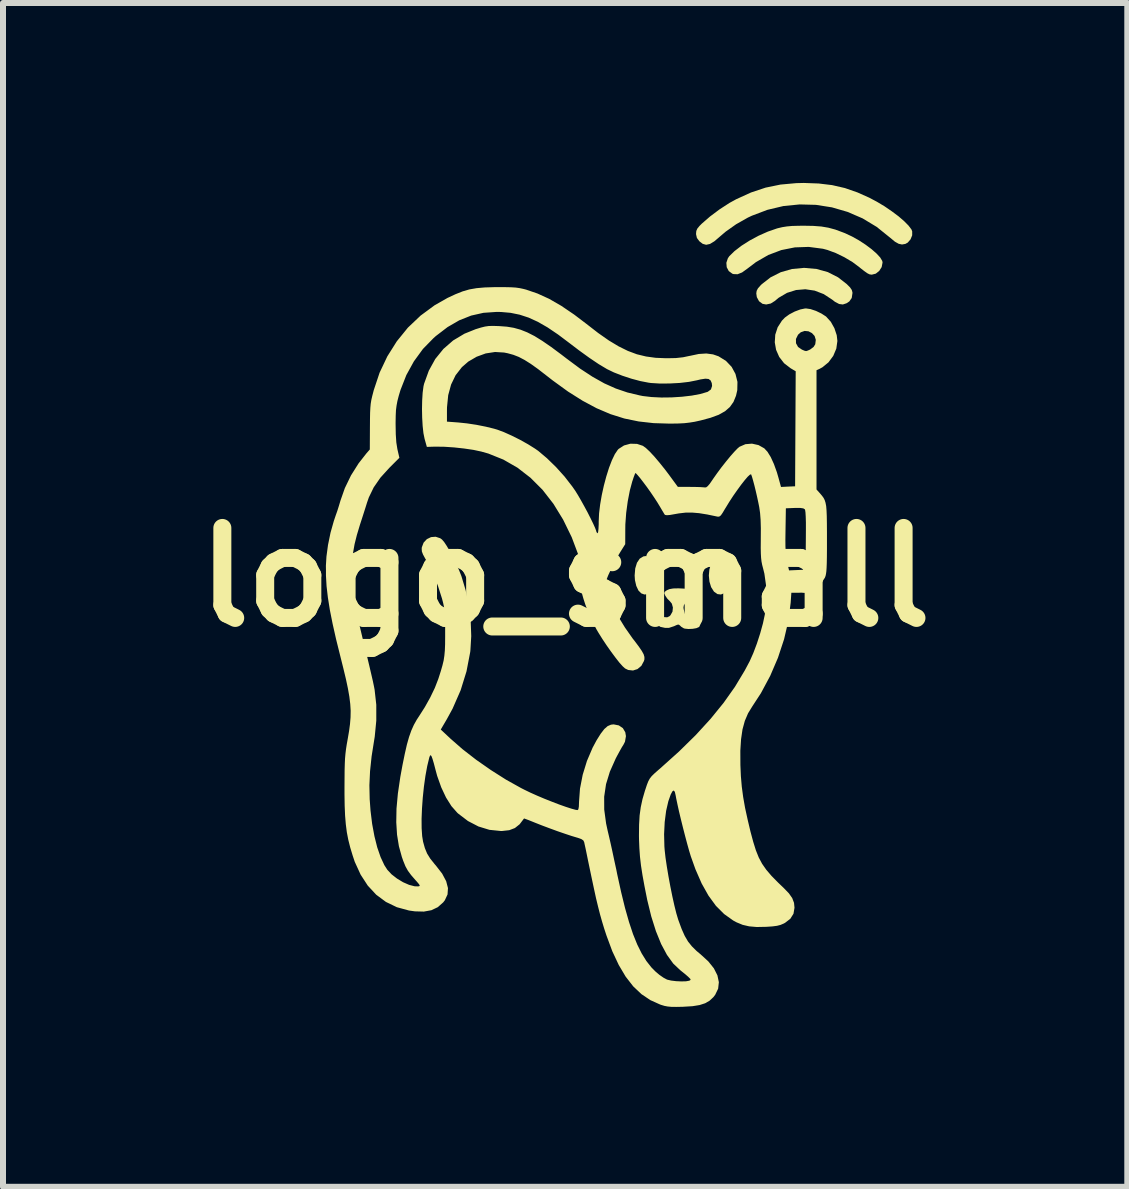
<source format=kicad_pcb>
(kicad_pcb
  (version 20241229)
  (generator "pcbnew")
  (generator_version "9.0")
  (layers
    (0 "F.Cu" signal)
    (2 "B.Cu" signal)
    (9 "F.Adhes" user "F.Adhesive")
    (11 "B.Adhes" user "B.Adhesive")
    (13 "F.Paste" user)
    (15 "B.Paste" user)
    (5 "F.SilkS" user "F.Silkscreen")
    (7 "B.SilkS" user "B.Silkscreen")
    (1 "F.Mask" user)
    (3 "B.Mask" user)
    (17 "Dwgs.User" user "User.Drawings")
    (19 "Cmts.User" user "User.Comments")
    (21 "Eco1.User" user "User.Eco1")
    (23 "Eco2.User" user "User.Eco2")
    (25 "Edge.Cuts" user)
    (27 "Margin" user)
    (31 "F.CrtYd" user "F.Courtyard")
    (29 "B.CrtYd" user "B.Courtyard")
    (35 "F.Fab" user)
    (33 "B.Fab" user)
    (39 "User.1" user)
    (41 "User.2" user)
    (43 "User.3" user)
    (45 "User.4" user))
  (footprint "logo_small"
    (layer "F.Cu")
    (at 6.371 6.573)
    (property "Reference" "logo_small" (at 0 0 0) (layer "F.SilkS") (effects (font (size 1.5 1.5) (thickness 0.3))))
    (attr board_only exclude_from_pos_files exclude_from_bom)
    (fp_poly (pts (xy 1.407 -0.334) (xy 1.46 -0.283) (xy 1.499 -0.204) (xy 1.521 -0.1) (xy 1.526 -0.017) (xy 1.514 0.089) (xy 1.485 0.176) (xy 1.44 0.241) (xy 1.385 0.28) (xy 1.322 0.288) (xy 1.27 0.269) (xy 1.222 0.221) (xy 1.186 0.144) (xy 1.164 0.048) (xy 1.159 -0.029) (xy 1.169 -0.147) (xy 1.198 -0.242) (xy 1.244 -0.31) (xy 1.304 -0.347) (xy 1.343 -0.353)) (stroke (width 0) (type solid)) (fill yes) (layer "F.SilkS"))
    (fp_poly (pts (xy 2.651 -0.33) (xy 2.703 -0.276) (xy 2.745 -0.192) (xy 2.764 -0.127) (xy 2.775 -0.026) (xy 2.766 0.067) (xy 2.741 0.15) (xy 2.702 0.218) (xy 2.653 0.265) (xy 2.598 0.288) (xy 2.54 0.281) (xy 2.483 0.241) (xy 2.481 0.239) (xy 2.434 0.165) (xy 2.406 0.073) (xy 2.396 -0.028) (xy 2.405 -0.128) (xy 2.431 -0.22) (xy 2.473 -0.293) (xy 2.524 -0.334) (xy 2.59 -0.35)) (stroke (width 0) (type solid)) (fill yes) (layer "F.SilkS"))
    (fp_poly (pts (xy 4.191 -5.139) (xy 4.379 -5.087) (xy 4.55 -5) (xy 4.695 -4.887) (xy 4.75 -4.832) (xy 4.779 -4.789) (xy 4.79 -4.749) (xy 4.79 -4.735) (xy 4.778 -4.655) (xy 4.738 -4.598) (xy 4.691 -4.567) (xy 4.63 -4.547) (xy 4.568 -4.555) (xy 4.498 -4.592) (xy 4.453 -4.627) (xy 4.311 -4.72) (xy 4.16 -4.778) (xy 4.005 -4.801) (xy 3.85 -4.788) (xy 3.7 -4.741) (xy 3.56 -4.659) (xy 3.495 -4.605) (xy 3.428 -4.563) (xy 3.352 -4.547) (xy 3.291 -4.558) (xy 3.233 -4.601) (xy 3.196 -4.669) (xy 3.187 -4.731) (xy 3.193 -4.774) (xy 3.214 -4.815) (xy 3.257 -4.864) (xy 3.279 -4.886) (xy 3.426 -5) (xy 3.595 -5.085) (xy 3.78 -5.138) (xy 3.979 -5.157) (xy 3.989 -5.157)) (stroke (width 0) (type solid)) (fill yes) (layer "F.SilkS"))
    (fp_poly (pts (xy 4.138 -5.857) (xy 4.271 -5.847) (xy 4.389 -5.827) (xy 4.504 -5.796) (xy 4.628 -5.75) (xy 4.667 -5.735) (xy 4.784 -5.68) (xy 4.9 -5.615) (xy 5.01 -5.543) (xy 5.109 -5.469) (xy 5.191 -5.397) (xy 5.253 -5.33) (xy 5.287 -5.273) (xy 5.292 -5.247) (xy 5.277 -5.17) (xy 5.236 -5.106) (xy 5.179 -5.061) (xy 5.112 -5.044) (xy 5.076 -5.049) (xy 5.041 -5.066) (xy 4.988 -5.103) (xy 4.925 -5.152) (xy 4.906 -5.168) (xy 4.791 -5.254) (xy 4.655 -5.335) (xy 4.511 -5.405) (xy 4.373 -5.456) (xy 4.298 -5.476) (xy 4.061 -5.507) (xy 3.83 -5.499) (xy 3.604 -5.454) (xy 3.387 -5.372) (xy 3.181 -5.253) (xy 3.039 -5.145) (xy 2.95 -5.081) (xy 2.874 -5.051) (xy 2.805 -5.054) (xy 2.788 -5.06) (xy 2.728 -5.104) (xy 2.694 -5.168) (xy 2.688 -5.242) (xy 2.713 -5.317) (xy 2.736 -5.351) (xy 2.824 -5.437) (xy 2.941 -5.527) (xy 3.078 -5.614) (xy 3.227 -5.694) (xy 3.38 -5.762) (xy 3.527 -5.813) (xy 3.544 -5.818) (xy 3.62 -5.836) (xy 3.696 -5.848) (xy 3.782 -5.856) (xy 3.889 -5.859) (xy 3.979 -5.86)) (stroke (width 0) (type solid)) (fill yes) (layer "F.SilkS"))
    (fp_poly (pts (xy 2.004 0.191) (xy 2.079 0.211) (xy 2.118 0.243) (xy 2.121 0.289) (xy 2.087 0.346) (xy 2.045 0.391) (xy 2 0.437) (xy 1.978 0.472) (xy 1.973 0.508) (xy 1.977 0.535) (xy 1.999 0.618) (xy 2.035 0.668) (xy 2.091 0.691) (xy 2.132 0.692) (xy 2.189 0.694) (xy 2.23 0.7) (xy 2.238 0.703) (xy 2.257 0.735) (xy 2.257 0.78) (xy 2.239 0.822) (xy 2.23 0.831) (xy 2.189 0.849) (xy 2.126 0.86) (xy 2.056 0.863) (xy 1.997 0.857) (xy 1.979 0.852) (xy 1.935 0.825) (xy 1.916 0.806) (xy 1.896 0.79) (xy 1.87 0.792) (xy 1.825 0.812) (xy 1.82 0.815) (xy 1.731 0.844) (xy 1.666 0.844) (xy 1.587 0.827) (xy 1.541 0.794) (xy 1.526 0.744) (xy 1.526 0.744) (xy 1.541 0.691) (xy 1.583 0.664) (xy 1.65 0.665) (xy 1.703 0.668) (xy 1.741 0.649) (xy 1.756 0.634) (xy 1.79 0.574) (xy 1.797 0.505) (xy 1.779 0.44) (xy 1.748 0.402) (xy 1.702 0.355) (xy 1.67 0.308) (xy 1.653 0.268) (xy 1.659 0.244) (xy 1.694 0.218) (xy 1.739 0.198) (xy 1.802 0.187) (xy 1.892 0.185)) (stroke (width 0) (type solid)) (fill yes) (layer "F.SilkS"))
    (fp_poly (pts (xy 4.227 -6.564) (xy 4.451 -6.537) (xy 4.664 -6.488) (xy 4.874 -6.415) (xy 5.071 -6.327) (xy 5.199 -6.259) (xy 5.326 -6.183) (xy 5.447 -6.1) (xy 5.558 -6.017) (xy 5.652 -5.936) (xy 5.725 -5.862) (xy 5.773 -5.799) (xy 5.786 -5.767) (xy 5.786 -5.7) (xy 5.758 -5.632) (xy 5.712 -5.579) (xy 5.673 -5.557) (xy 5.616 -5.547) (xy 5.56 -5.559) (xy 5.498 -5.594) (xy 5.421 -5.658) (xy 5.411 -5.666) (xy 5.195 -5.84) (xy 4.96 -5.982) (xy 4.71 -6.09) (xy 4.449 -6.166) (xy 4.181 -6.208) (xy 3.91 -6.215) (xy 3.639 -6.188) (xy 3.373 -6.125) (xy 3.114 -6.027) (xy 3.046 -5.995) (xy 2.85 -5.884) (xy 2.675 -5.76) (xy 2.579 -5.678) (xy 2.489 -5.601) (xy 2.415 -5.556) (xy 2.351 -5.542) (xy 2.294 -5.558) (xy 2.239 -5.6) (xy 2.197 -5.656) (xy 2.183 -5.717) (xy 2.183 -5.729) (xy 2.187 -5.773) (xy 2.204 -5.812) (xy 2.24 -5.856) (xy 2.279 -5.895) (xy 2.416 -6.014) (xy 2.575 -6.133) (xy 2.74 -6.24) (xy 2.851 -6.301) (xy 3.099 -6.414) (xy 3.342 -6.495) (xy 3.59 -6.546) (xy 3.854 -6.57) (xy 3.979 -6.573)) (stroke (width 0) (type solid)) (fill yes) (layer "F.SilkS"))
    (fp_poly (pts (xy -1.001 -4.836) (xy -0.902 -4.834) (xy -0.824 -4.829) (xy -0.759 -4.82) (xy -0.698 -4.807) (xy -0.651 -4.795) (xy -0.461 -4.73) (xy -0.266 -4.641) (xy -0.063 -4.524) (xy 0.152 -4.378) (xy 0.356 -4.223) (xy 0.552 -4.071) (xy 0.729 -3.947) (xy 0.892 -3.849) (xy 1.046 -3.773) (xy 1.196 -3.717) (xy 1.349 -3.68) (xy 1.509 -3.658) (xy 1.681 -3.651) (xy 1.706 -3.651) (xy 1.847 -3.654) (xy 1.966 -3.667) (xy 2.075 -3.69) (xy 2.078 -3.69) (xy 2.228 -3.722) (xy 2.355 -3.73) (xy 2.466 -3.715) (xy 2.558 -3.683) (xy 2.681 -3.607) (xy 2.776 -3.507) (xy 2.84 -3.389) (xy 2.873 -3.257) (xy 2.87 -3.118) (xy 2.849 -3.026) (xy 2.807 -2.923) (xy 2.747 -2.838) (xy 2.667 -2.768) (xy 2.56 -2.708) (xy 2.424 -2.658) (xy 2.26 -2.614) (xy 2.161 -2.592) (xy 2.074 -2.578) (xy 1.987 -2.568) (xy 1.888 -2.563) (xy 1.764 -2.561) (xy 1.738 -2.561) (xy 1.475 -2.569) (xy 1.226 -2.597) (xy 0.988 -2.646) (xy 0.756 -2.719) (xy 0.526 -2.817) (xy 0.292 -2.942) (xy 0.049 -3.095) (xy -0.206 -3.28) (xy -0.309 -3.36) (xy -0.451 -3.47) (xy -0.571 -3.556) (xy -0.676 -3.622) (xy -0.771 -3.672) (xy -0.863 -3.708) (xy -0.958 -3.734) (xy -1.018 -3.746) (xy -1.168 -3.755) (xy -1.324 -3.731) (xy -1.475 -3.676) (xy -1.614 -3.595) (xy -1.721 -3.502) (xy -1.826 -3.367) (xy -1.901 -3.212) (xy -1.949 -3.035) (xy -1.969 -2.834) (xy -1.97 -2.773) (xy -1.97 -2.594) (xy -1.782 -2.58) (xy -1.637 -2.565) (xy -1.479 -2.541) (xy -1.323 -2.51) (xy -1.184 -2.476) (xy -1.13 -2.46) (xy -1.018 -2.418) (xy -0.887 -2.359) (xy -0.749 -2.29) (xy -0.617 -2.216) (xy -0.502 -2.144) (xy -0.449 -2.107) (xy -0.303 -1.984) (xy -0.152 -1.837) (xy -0.008 -1.677) (xy 0.119 -1.513) (xy 0.168 -1.443) (xy 0.214 -1.369) (xy 0.266 -1.279) (xy 0.321 -1.18) (xy 0.376 -1.078) (xy 0.426 -0.979) (xy 0.469 -0.891) (xy 0.501 -0.819) (xy 0.519 -0.771) (xy 0.521 -0.758) (xy 0.534 -0.736) (xy 0.541 -0.734) (xy 0.55 -0.752) (xy 0.556 -0.804) (xy 0.56 -0.883) (xy 0.56 -0.93) (xy 0.566 -1.064) (xy 0.584 -1.213) (xy 0.611 -1.37) (xy 0.646 -1.528) (xy 0.687 -1.682) (xy 0.732 -1.825) (xy 0.78 -1.95) (xy 0.829 -2.052) (xy 0.877 -2.123) (xy 0.892 -2.139) (xy 0.982 -2.197) (xy 1.088 -2.226) (xy 1.199 -2.223) (xy 1.296 -2.191) (xy 1.345 -2.156) (xy 1.411 -2.094) (xy 1.49 -2.009) (xy 1.577 -1.906) (xy 1.669 -1.791) (xy 1.728 -1.713) (xy 1.879 -1.507) (xy 2.084 -1.506) (xy 2.173 -1.505) (xy 2.25 -1.503) (xy 2.306 -1.499) (xy 2.328 -1.497) (xy 2.35 -1.498) (xy 2.377 -1.518) (xy 2.412 -1.559) (xy 2.46 -1.629) (xy 2.472 -1.647) (xy 2.535 -1.736) (xy 2.606 -1.832) (xy 2.681 -1.927) (xy 2.754 -2.016) (xy 2.82 -2.091) (xy 2.874 -2.147) (xy 2.907 -2.175) (xy 3.006 -2.218) (xy 3.115 -2.227) (xy 3.224 -2.203) (xy 3.32 -2.149) (xy 3.373 -2.092) (xy 3.428 -2.003) (xy 3.481 -1.887) (xy 3.53 -1.751) (xy 3.555 -1.665) (xy 3.599 -1.505) (xy 3.717 -1.511) (xy 3.834 -1.516) (xy 3.839 -2.475) (xy 3.844 -3.434) (xy 3.759 -3.484) (xy 3.65 -3.568) (xy 3.569 -3.673) (xy 3.517 -3.791) (xy 3.495 -3.916) (xy 3.499 -3.972) (xy 3.848 -3.972) (xy 3.849 -3.901) (xy 3.883 -3.839) (xy 3.947 -3.795) (xy 3.991 -3.776) (xy 4.018 -3.77) (xy 4.047 -3.779) (xy 4.086 -3.797) (xy 4.142 -3.839) (xy 4.17 -3.884) (xy 4.179 -3.958) (xy 4.159 -4.022) (xy 4.115 -4.07) (xy 4.057 -4.1) (xy 3.993 -4.106) (xy 3.929 -4.084) (xy 3.883 -4.043) (xy 3.848 -3.972) (xy 3.499 -3.972) (xy 3.503 -4.043) (xy 3.543 -4.166) (xy 3.614 -4.277) (xy 3.664 -4.329) (xy 3.737 -4.382) (xy 3.827 -4.429) (xy 3.92 -4.464) (xy 4.002 -4.481) (xy 4.018 -4.481) (xy 4.092 -4.47) (xy 4.182 -4.44) (xy 4.273 -4.396) (xy 4.349 -4.347) (xy 4.353 -4.343) (xy 4.429 -4.259) (xy 4.489 -4.152) (xy 4.528 -4.035) (xy 4.539 -3.939) (xy 4.521 -3.811) (xy 4.47 -3.69) (xy 4.391 -3.583) (xy 4.291 -3.501) (xy 4.242 -3.474) (xy 4.191 -3.451) (xy 4.191 -2.457) (xy 4.191 -1.463) (xy 4.252 -1.395) (xy 4.283 -1.358) (xy 4.308 -1.324) (xy 4.327 -1.287) (xy 4.341 -1.243) (xy 4.352 -1.187) (xy 4.358 -1.115) (xy 4.362 -1.021) (xy 4.364 -0.901) (xy 4.365 -0.75) (xy 4.365 -0.633) (xy 4.365 -0.468) (xy 4.364 -0.336) (xy 4.362 -0.234) (xy 4.359 -0.156) (xy 4.355 -0.098) (xy 4.349 -0.055) (xy 4.342 -0.023) (xy 4.332 0.004) (xy 4.329 0.01) (xy 4.264 0.11) (xy 4.17 0.184) (xy 4.05 0.231) (xy 3.902 0.25) (xy 3.865 0.251) (xy 3.772 0.251) (xy 3.76 0.426) (xy 3.722 0.726) (xy 3.65 1.034) (xy 3.548 1.343) (xy 3.419 1.644) (xy 3.264 1.933) (xy 3.12 2.154) (xy 3.05 2.268) (xy 2.996 2.394) (xy 2.957 2.537) (xy 2.933 2.701) (xy 2.921 2.892) (xy 2.922 3.114) (xy 2.922 3.129) (xy 2.93 3.315) (xy 2.945 3.49) (xy 2.968 3.663) (xy 3 3.845) (xy 3.044 4.046) (xy 3.09 4.24) (xy 3.136 4.411) (xy 3.18 4.552) (xy 3.228 4.672) (xy 3.284 4.777) (xy 3.353 4.876) (xy 3.44 4.978) (xy 3.549 5.089) (xy 3.644 5.18) (xy 3.73 5.269) (xy 3.786 5.349) (xy 3.816 5.428) (xy 3.824 5.51) (xy 3.807 5.61) (xy 3.754 5.694) (xy 3.667 5.761) (xy 3.645 5.773) (xy 3.591 5.796) (xy 3.532 5.811) (xy 3.456 5.821) (xy 3.353 5.828) (xy 3.346 5.828) (xy 3.194 5.831) (xy 3.068 5.82) (xy 2.96 5.795) (xy 2.858 5.753) (xy 2.801 5.722) (xy 2.651 5.615) (xy 2.514 5.478) (xy 2.39 5.308) (xy 2.276 5.105) (xy 2.172 4.867) (xy 2.095 4.651) (xy 2.068 4.562) (xy 2.036 4.447) (xy 2.001 4.316) (xy 1.965 4.176) (xy 1.93 4.035) (xy 1.898 3.901) (xy 1.872 3.783) (xy 1.852 3.688) (xy 1.843 3.638) (xy 1.829 3.578) (xy 1.811 3.555) (xy 1.788 3.57) (xy 1.76 3.623) (xy 1.728 3.714) (xy 1.721 3.734) (xy 1.684 3.894) (xy 1.66 4.081) (xy 1.65 4.283) (xy 1.655 4.49) (xy 1.66 4.552) (xy 1.674 4.677) (xy 1.696 4.825) (xy 1.723 4.987) (xy 1.754 5.154) (xy 1.787 5.318) (xy 1.821 5.471) (xy 1.854 5.603) (xy 1.885 5.707) (xy 1.89 5.721) (xy 1.943 5.865) (xy 1.994 5.979) (xy 2.049 6.073) (xy 2.113 6.153) (xy 2.191 6.23) (xy 2.258 6.286) (xy 2.386 6.403) (xy 2.48 6.52) (xy 2.539 6.637) (xy 2.563 6.751) (xy 2.551 6.859) (xy 2.502 6.961) (xy 2.472 7) (xy 2.409 7.059) (xy 2.335 7.102) (xy 2.242 7.132) (xy 2.125 7.151) (xy 1.977 7.16) (xy 1.961 7.161) (xy 1.852 7.163) (xy 1.771 7.162) (xy 1.709 7.156) (xy 1.656 7.146) (xy 1.6 7.129) (xy 1.583 7.123) (xy 1.421 7.05) (xy 1.272 6.95) (xy 1.135 6.82) (xy 1.009 6.658) (xy 0.894 6.464) (xy 0.787 6.236) (xy 0.689 5.972) (xy 0.65 5.853) (xy 0.615 5.737) (xy 0.582 5.62) (xy 0.55 5.494) (xy 0.516 5.354) (xy 0.481 5.193) (xy 0.441 5.005) (xy 0.407 4.843) (xy 0.382 4.723) (xy 0.36 4.615) (xy 0.341 4.523) (xy 0.326 4.455) (xy 0.318 4.418) (xy 0.317 4.415) (xy 0.303 4.387) (xy 0.27 4.365) (xy 0.211 4.344) (xy 0.187 4.337) (xy 0.104 4.312) (xy -0.004 4.276) (xy -0.129 4.233) (xy -0.26 4.185) (xy -0.388 4.137) (xy -0.502 4.092) (xy -0.539 4.077) (xy -0.606 4.05) (xy -0.657 4.031) (xy -0.683 4.022) (xy -0.685 4.022) (xy -0.758 4.118) (xy -0.837 4.181) (xy -0.931 4.217) (xy -1.049 4.23) (xy -1.076 4.23) (xy -1.262 4.211) (xy -1.445 4.155) (xy -1.62 4.064) (xy -1.784 3.939) (xy -1.798 3.926) (xy -1.895 3.816) (xy -1.985 3.673) (xy -2.065 3.503) (xy -2.133 3.312) (xy -2.159 3.216) (xy -2.188 3.105) (xy -2.211 3.028) (xy -2.228 2.983) (xy -2.242 2.966) (xy -2.253 2.976) (xy -2.264 3.004) (xy -2.299 3.149) (xy -2.329 3.313) (xy -2.354 3.491) (xy -2.373 3.674) (xy -2.386 3.855) (xy -2.393 4.028) (xy -2.392 4.184) (xy -2.383 4.316) (xy -2.368 4.409) (xy -2.338 4.516) (xy -2.301 4.606) (xy -2.249 4.69) (xy -2.175 4.783) (xy -2.154 4.807) (xy -2.05 4.941) (xy -1.983 5.067) (xy -1.953 5.182) (xy -1.96 5.288) (xy -2.005 5.385) (xy -2.032 5.42) (xy -2.122 5.5) (xy -2.229 5.551) (xy -2.355 5.574) (xy -2.504 5.57) (xy -2.603 5.556) (xy -2.805 5.501) (xy -2.987 5.413) (xy -3.149 5.293) (xy -3.29 5.141) (xy -3.409 4.958) (xy -3.507 4.744) (xy -3.542 4.639) (xy -3.583 4.503) (xy -3.615 4.376) (xy -3.639 4.251) (xy -3.656 4.119) (xy -3.668 3.975) (xy -3.675 3.81) (xy -3.678 3.618) (xy -3.678 3.506) (xy -3.677 3.344) (xy -3.676 3.215) (xy -3.673 3.109) (xy -3.669 3.021) (xy -3.662 2.943) (xy -3.653 2.868) (xy -3.641 2.79) (xy -3.625 2.7) (xy -3.602 2.566) (xy -3.586 2.446) (xy -3.577 2.335) (xy -3.575 2.225) (xy -3.582 2.113) (xy -3.597 1.991) (xy -3.621 1.854) (xy -3.654 1.698) (xy -3.698 1.515) (xy -3.746 1.323) (xy -3.818 1.034) (xy -3.876 0.776) (xy -3.922 0.545) (xy -3.955 0.337) (xy -3.977 0.148) (xy -3.987 -0.027) (xy -3.987 -0.122) (xy -3.551 -0.122) (xy -3.549 -0.029) (xy -3.542 0.097) (xy -3.531 0.222) (xy -3.515 0.35) (xy -3.493 0.489) (xy -3.462 0.642) (xy -3.424 0.817) (xy -3.376 1.019) (xy -3.332 1.199) (xy -3.296 1.343) (xy -3.262 1.486) (xy -3.231 1.619) (xy -3.204 1.736) (xy -3.185 1.828) (xy -3.176 1.875) (xy -3.148 2.126) (xy -3.148 2.392) (xy -3.174 2.659) (xy -3.183 2.714) (xy -3.226 2.986) (xy -3.252 3.233) (xy -3.263 3.468) (xy -3.258 3.7) (xy -3.244 3.892) (xy -3.217 4.112) (xy -3.179 4.317) (xy -3.132 4.504) (xy -3.076 4.666) (xy -3.014 4.799) (xy -2.964 4.877) (xy -2.893 4.953) (xy -2.803 5.023) (xy -2.702 5.084) (xy -2.602 5.128) (xy -2.51 5.152) (xy -2.448 5.154) (xy -2.427 5.148) (xy -2.424 5.136) (xy -2.441 5.111) (xy -2.48 5.065) (xy -2.493 5.051) (xy -2.567 4.966) (xy -2.621 4.893) (xy -2.662 4.819) (xy -2.699 4.728) (xy -2.722 4.662) (xy -2.771 4.484) (xy -2.802 4.292) (xy -2.815 4.085) (xy -2.811 3.857) (xy -2.788 3.606) (xy -2.747 3.327) (xy -2.711 3.131) (xy -2.673 2.945) (xy -2.638 2.791) (xy -2.602 2.663) (xy -2.564 2.556) (xy -2.522 2.462) (xy -2.474 2.376) (xy -2.434 2.315) (xy -2.339 2.166) (xy -2.249 2.005) (xy -2.172 1.845) (xy -2.115 1.698) (xy -2.109 1.68) (xy -2.072 1.564) (xy -2.045 1.47) (xy -2.025 1.387) (xy -2.013 1.307) (xy -2.005 1.221) (xy -2.001 1.119) (xy -2 0.992) (xy -2 0.927) (xy -2 0.794) (xy -2.001 0.692) (xy -2.005 0.613) (xy -2.011 0.547) (xy -2.021 0.487) (xy -2.034 0.426) (xy -2.053 0.354) (xy -2.055 0.348) (xy -2.119 0.147) (xy -2.201 -0.056) (xy -2.294 -0.244) (xy -2.332 -0.311) (xy -2.369 -0.379) (xy -2.388 -0.429) (xy -2.391 -0.473) (xy -2.389 -0.498) (xy -2.359 -0.577) (xy -2.305 -0.635) (xy -2.235 -0.669) (xy -2.158 -0.675) (xy -2.082 -0.65) (xy -2.053 -0.629) (xy -2.018 -0.589) (xy -1.973 -0.521) (xy -1.921 -0.432) (xy -1.867 -0.329) (xy -1.814 -0.221) (xy -1.767 -0.115) (xy -1.729 -0.019) (xy -1.658 0.217) (xy -1.606 0.47) (xy -1.574 0.729) (xy -1.565 0.982) (xy -1.579 1.218) (xy -1.582 1.246) (xy -1.644 1.569) (xy -1.742 1.885) (xy -1.876 2.191) (xy -1.971 2.365) (xy -2.073 2.539) (xy -1.911 2.691) (xy -1.711 2.866) (xy -1.483 3.043) (xy -1.238 3.214) (xy -0.986 3.374) (xy -0.735 3.514) (xy -0.68 3.542) (xy -0.581 3.59) (xy -0.467 3.641) (xy -0.344 3.693) (xy -0.218 3.743) (xy -0.098 3.789) (xy 0.012 3.828) (xy 0.105 3.858) (xy 0.174 3.877) (xy 0.208 3.882) (xy 0.221 3.868) (xy 0.229 3.824) (xy 0.232 3.745) (xy 0.232 3.742) (xy 0.248 3.524) (xy 0.293 3.293) (xy 0.364 3.062) (xy 0.459 2.84) (xy 0.524 2.719) (xy 0.593 2.609) (xy 0.653 2.531) (xy 0.709 2.482) (xy 0.765 2.458) (xy 0.809 2.453) (xy 0.895 2.47) (xy 0.962 2.515) (xy 1.003 2.584) (xy 1.014 2.649) (xy 0.998 2.742) (xy 0.973 2.791) (xy 0.946 2.834) (xy 0.909 2.9) (xy 0.866 2.979) (xy 0.843 3.023) (xy 0.746 3.241) (xy 0.682 3.45) (xy 0.651 3.659) (xy 0.652 3.874) (xy 0.683 4.104) (xy 0.708 4.22) (xy 0.73 4.313) (xy 0.758 4.435) (xy 0.789 4.576) (xy 0.821 4.727) (xy 0.854 4.878) (xy 0.868 4.949) (xy 0.934 5.25) (xy 0.999 5.515) (xy 1.065 5.747) (xy 1.132 5.949) (xy 1.202 6.122) (xy 1.276 6.271) (xy 1.354 6.397) (xy 1.438 6.504) (xy 1.505 6.572) (xy 1.571 6.628) (xy 1.64 6.676) (xy 1.698 6.707) (xy 1.704 6.709) (xy 1.768 6.724) (xy 1.851 6.734) (xy 1.938 6.738) (xy 2.016 6.736) (xy 2.07 6.726) (xy 2.072 6.725) (xy 2.092 6.713) (xy 2.087 6.696) (xy 2.055 6.664) (xy 2.053 6.662) (xy 2.005 6.62) (xy 1.944 6.571) (xy 1.917 6.549) (xy 1.803 6.441) (xy 1.698 6.296) (xy 1.601 6.115) (xy 1.514 5.901) (xy 1.436 5.654) (xy 1.368 5.376) (xy 1.365 5.36) (xy 1.323 5.149) (xy 1.29 4.968) (xy 1.265 4.807) (xy 1.248 4.66) (xy 1.238 4.518) (xy 1.232 4.373) (xy 1.231 4.307) (xy 1.233 4.126) (xy 1.242 3.971) (xy 1.261 3.833) (xy 1.29 3.699) (xy 1.331 3.558) (xy 1.336 3.544) (xy 1.363 3.462) (xy 1.386 3.403) (xy 1.411 3.357) (xy 1.443 3.316) (xy 1.49 3.27) (xy 1.558 3.21) (xy 1.584 3.188) (xy 1.899 2.905) (xy 2.178 2.631) (xy 2.425 2.361) (xy 2.642 2.094) (xy 2.831 1.827) (xy 2.994 1.556) (xy 3.077 1.4) (xy 3.137 1.265) (xy 3.197 1.106) (xy 3.252 0.936) (xy 3.298 0.769) (xy 3.33 0.618) (xy 3.333 0.601) (xy 3.356 0.377) (xy 3.352 0.153) (xy 3.322 -0.06) (xy 3.301 -0.145) (xy 3.285 -0.206) (xy 3.274 -0.262) (xy 3.267 -0.323) (xy 3.263 -0.396) (xy 3.261 -0.488) (xy 3.262 -0.61) (xy 3.262 -0.627) (xy 3.672 -0.627) (xy 3.673 -0.513) (xy 3.677 -0.423) (xy 3.683 -0.35) (xy 3.694 -0.286) (xy 3.7 -0.255) (xy 3.733 -0.114) (xy 3.87 -0.12) (xy 4.008 -0.126) (xy 4.013 -0.616) (xy 4.014 -0.783) (xy 4.014 -0.914) (xy 4.011 -1.012) (xy 4.007 -1.08) (xy 4.001 -1.12) (xy 3.996 -1.133) (xy 3.97 -1.148) (xy 3.922 -1.155) (xy 3.843 -1.155) (xy 3.826 -1.155) (xy 3.68 -1.149) (xy 3.674 -0.773) (xy 3.672 -0.627) (xy 3.262 -0.627) (xy 3.262 -0.647) (xy 3.263 -0.817) (xy 3.259 -0.956) (xy 3.25 -1.072) (xy 3.236 -1.169) (xy 3.22 -1.249) (xy 3.2 -1.342) (xy 3.178 -1.438) (xy 3.155 -1.532) (xy 3.133 -1.614) (xy 3.115 -1.676) (xy 3.102 -1.712) (xy 3.1 -1.716) (xy 3.081 -1.71) (xy 3.044 -1.676) (xy 2.995 -1.619) (xy 2.936 -1.544) (xy 2.871 -1.455) (xy 2.803 -1.358) (xy 2.737 -1.257) (xy 2.676 -1.157) (xy 2.667 -1.143) (xy 2.626 -1.074) (xy 2.597 -1.032) (xy 2.573 -1.013) (xy 2.55 -1.009) (xy 2.533 -1.012) (xy 2.37 -1.046) (xy 2.234 -1.068) (xy 2.116 -1.078) (xy 2.006 -1.077) (xy 1.895 -1.064) (xy 1.827 -1.052) (xy 1.747 -1.038) (xy 1.697 -1.034) (xy 1.669 -1.038) (xy 1.657 -1.048) (xy 1.64 -1.077) (xy 1.61 -1.127) (xy 1.58 -1.178) (xy 1.537 -1.249) (xy 1.484 -1.33) (xy 1.425 -1.417) (xy 1.364 -1.503) (xy 1.304 -1.583) (xy 1.251 -1.652) (xy 1.208 -1.703) (xy 1.18 -1.733) (xy 1.17 -1.736) (xy 1.161 -1.715) (xy 1.143 -1.668) (xy 1.122 -1.604) (xy 1.121 -1.603) (xy 1.079 -1.447) (xy 1.044 -1.266) (xy 1.018 -1.073) (xy 1.004 -0.882) (xy 1.003 -0.792) (xy 1.002 -0.551) (xy 0.923 -0.425) (xy 0.878 -0.35) (xy 0.827 -0.255) (xy 0.777 -0.157) (xy 0.758 -0.116) (xy 0.719 -0.033) (xy 0.696 0.025) (xy 0.684 0.069) (xy 0.682 0.108) (xy 0.687 0.152) (xy 0.692 0.176) (xy 0.73 0.319) (xy 0.796 0.481) (xy 0.886 0.656) (xy 0.998 0.839) (xy 1.128 1.024) (xy 1.156 1.059) (xy 1.228 1.155) (xy 1.278 1.228) (xy 1.309 1.284) (xy 1.322 1.329) (xy 1.322 1.369) (xy 1.314 1.397) (xy 1.271 1.477) (xy 1.208 1.53) (xy 1.132 1.555) (xy 1.051 1.546) (xy 1 1.521) (xy 0.961 1.486) (xy 0.906 1.425) (xy 0.841 1.342) (xy 0.769 1.245) (xy 0.694 1.139) (xy 0.622 1.031) (xy 0.557 0.927) (xy 0.525 0.873) (xy 0.463 0.755) (xy 0.403 0.623) (xy 0.352 0.496) (xy 0.336 0.453) (xy 0.306 0.36) (xy 0.286 0.29) (xy 0.275 0.23) (xy 0.271 0.168) (xy 0.273 0.091) (xy 0.275 0.032) (xy 0.279 -0.066) (xy 0.278 -0.139) (xy 0.271 -0.2) (xy 0.256 -0.263) (xy 0.232 -0.342) (xy 0.231 -0.345) (xy 0.11 -0.667) (xy -0.033 -0.96) (xy -0.195 -1.224) (xy -0.376 -1.457) (xy -0.577 -1.658) (xy -0.794 -1.826) (xy -1.029 -1.961) (xy -1.28 -2.062) (xy -1.397 -2.095) (xy -1.528 -2.123) (xy -1.684 -2.146) (xy -1.849 -2.164) (xy -2.011 -2.175) (xy -2.154 -2.177) (xy -2.171 -2.177) (xy -2.305 -2.173) (xy -2.343 -2.308) (xy -2.362 -2.402) (xy -2.375 -2.522) (xy -2.383 -2.66) (xy -2.386 -2.805) (xy -2.383 -2.947) (xy -2.375 -3.076) (xy -2.361 -3.183) (xy -2.351 -3.226) (xy -2.272 -3.444) (xy -2.165 -3.638) (xy -2.029 -3.806) (xy -1.867 -3.947) (xy -1.678 -4.06) (xy -1.492 -4.135) (xy -1.404 -4.162) (xy -1.336 -4.179) (xy -1.274 -4.188) (xy -1.203 -4.19) (xy -1.11 -4.187) (xy -1.091 -4.186) (xy -0.97 -4.177) (xy -0.856 -4.158) (xy -0.744 -4.127) (xy -0.631 -4.082) (xy -0.511 -4.021) (xy -0.38 -3.94) (xy -0.233 -3.839) (xy -0.065 -3.714) (xy 0.029 -3.642) (xy 0.251 -3.477) (xy 0.457 -3.342) (xy 0.653 -3.232) (xy 0.845 -3.146) (xy 1.039 -3.08) (xy 1.24 -3.032) (xy 1.295 -3.021) (xy 1.44 -3.004) (xy 1.604 -2.996) (xy 1.776 -2.998) (xy 1.948 -3.009) (xy 2.111 -3.028) (xy 2.255 -3.055) (xy 2.371 -3.089) (xy 2.38 -3.093) (xy 2.431 -3.131) (xy 2.45 -3.189) (xy 2.445 -3.236) (xy 2.426 -3.28) (xy 2.392 -3.305) (xy 2.338 -3.31) (xy 2.258 -3.298) (xy 2.196 -3.283) (xy 2.065 -3.257) (xy 1.91 -3.239) (xy 1.743 -3.23) (xy 1.579 -3.229) (xy 1.431 -3.238) (xy 1.389 -3.244) (xy 1.255 -3.27) (xy 1.105 -3.31) (xy 0.953 -3.36) (xy 0.812 -3.415) (xy 0.696 -3.471) (xy 0.695 -3.472) (xy 0.561 -3.552) (xy 0.405 -3.657) (xy 0.232 -3.782) (xy 0.077 -3.9) (xy -0.117 -4.046) (xy -0.293 -4.165) (xy -0.455 -4.258) (xy -0.608 -4.328) (xy -0.758 -4.377) (xy -0.91 -4.408) (xy -1.069 -4.422) (xy -1.145 -4.423) (xy -1.361 -4.408) (xy -1.566 -4.362) (xy -1.765 -4.283) (xy -1.96 -4.17) (xy -2.156 -4.02) (xy -2.196 -3.984) (xy -2.37 -3.806) (xy -2.521 -3.599) (xy -2.647 -3.37) (xy -2.744 -3.123) (xy -2.774 -3.023) (xy -2.796 -2.937) (xy -2.81 -2.862) (xy -2.82 -2.785) (xy -2.824 -2.697) (xy -2.826 -2.584) (xy -2.826 -2.55) (xy -2.823 -2.382) (xy -2.814 -2.247) (xy -2.797 -2.14) (xy -2.795 -2.13) (xy -2.763 -1.991) (xy -2.933 -1.821) (xy -3.079 -1.66) (xy -3.191 -1.498) (xy -3.272 -1.331) (xy -3.302 -1.245) (xy -3.325 -1.171) (xy -3.356 -1.074) (xy -3.39 -0.968) (xy -3.419 -0.879) (xy -3.472 -0.703) (xy -3.51 -0.551) (xy -3.535 -0.41) (xy -3.548 -0.271) (xy -3.551 -0.122) (xy -3.987 -0.122) (xy -3.988 -0.191) (xy -3.979 -0.343) (xy -3.953 -0.537) (xy -3.911 -0.742) (xy -3.856 -0.937) (xy -3.825 -1.029) (xy -3.798 -1.105) (xy -3.769 -1.197) (xy -3.745 -1.278) (xy -3.672 -1.486) (xy -3.57 -1.697) (xy -3.444 -1.897) (xy -3.315 -2.062) (xy -3.256 -2.13) (xy -3.254 -2.509) (xy -3.253 -2.641) (xy -3.251 -2.744) (xy -3.247 -2.824) (xy -3.241 -2.891) (xy -3.231 -2.953) (xy -3.216 -3.019) (xy -3.196 -3.096) (xy -3.19 -3.119) (xy -3.093 -3.41) (xy -2.964 -3.682) (xy -2.806 -3.933) (xy -2.621 -4.161) (xy -2.409 -4.362) (xy -2.174 -4.535) (xy -1.961 -4.656) (xy -1.828 -4.718) (xy -1.71 -4.765) (xy -1.597 -4.798) (xy -1.477 -4.819) (xy -1.342 -4.831) (xy -1.182 -4.836) (xy -1.13 -4.836)) (stroke (width 0) (type solid)) (fill yes) (layer "F.SilkS")))
  (gr_rect
    (start -3 -3)
    (end 15.743 16.735)
    (stroke (width 0.1) (type default))
    (fill no)
    (layer "Edge.Cuts")))
</source>
